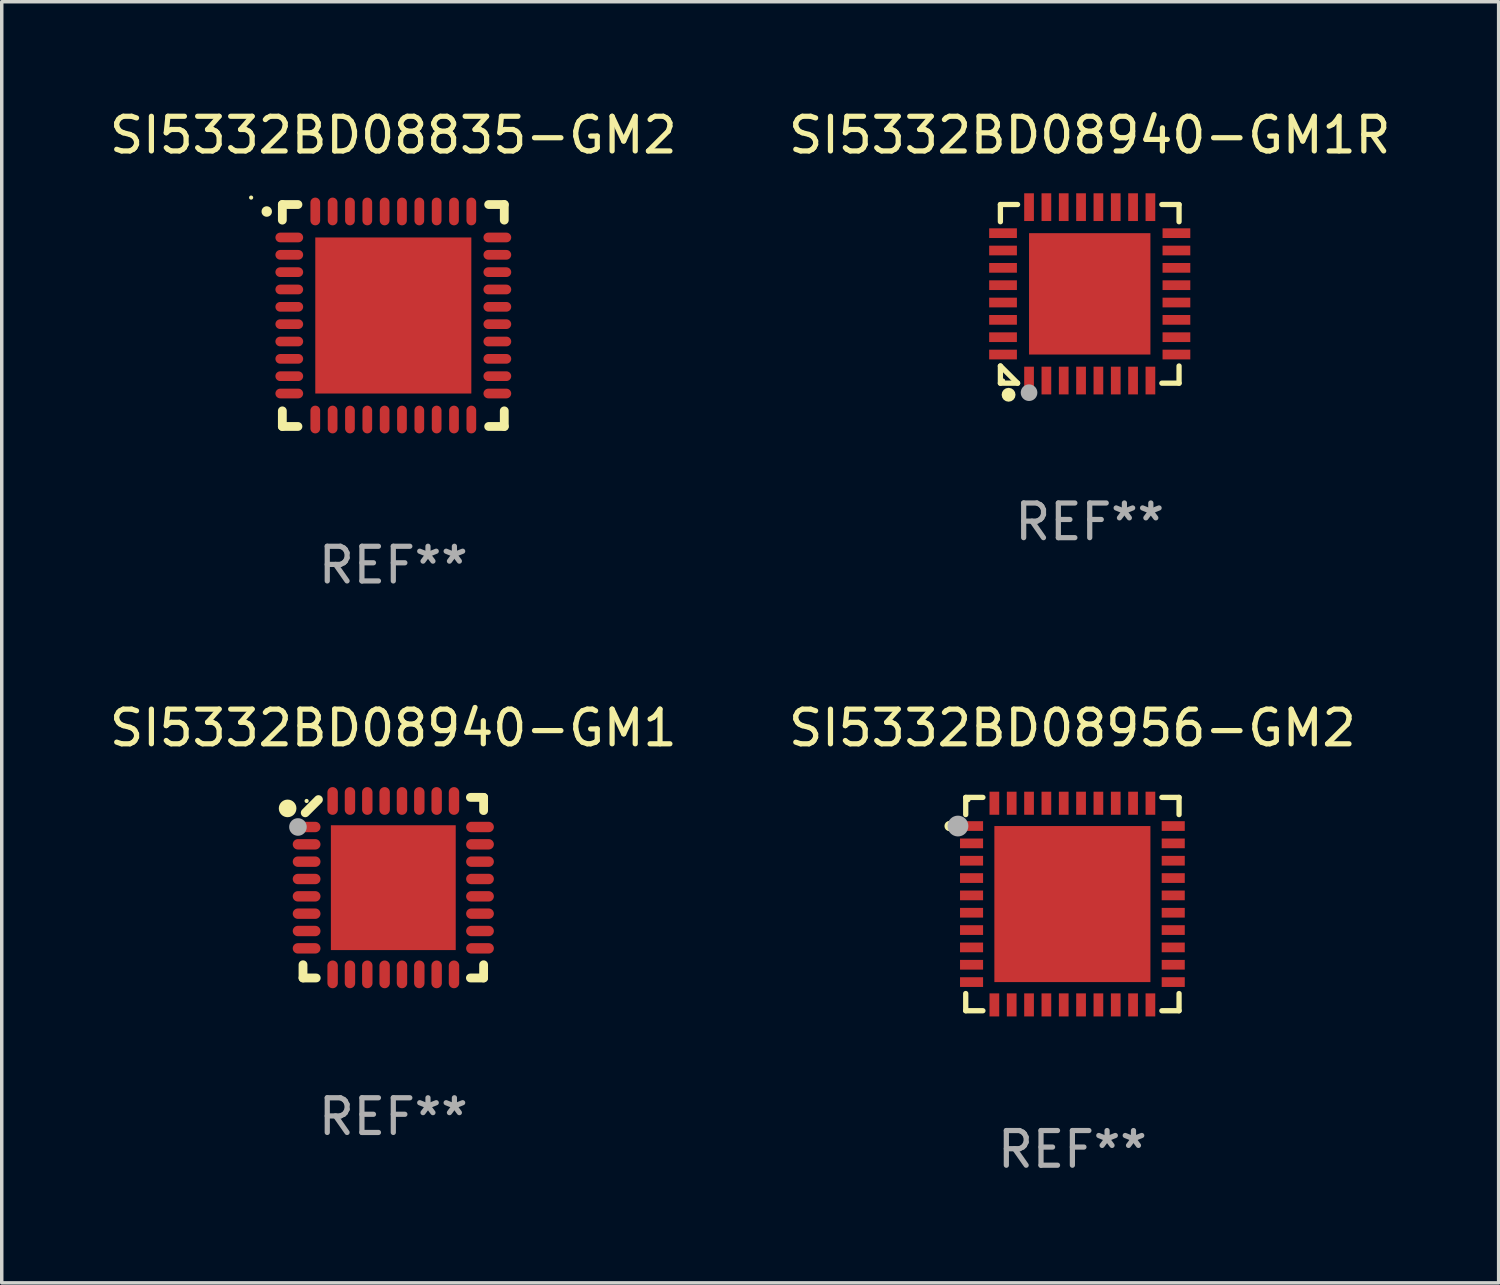
<source format=kicad_pcb>
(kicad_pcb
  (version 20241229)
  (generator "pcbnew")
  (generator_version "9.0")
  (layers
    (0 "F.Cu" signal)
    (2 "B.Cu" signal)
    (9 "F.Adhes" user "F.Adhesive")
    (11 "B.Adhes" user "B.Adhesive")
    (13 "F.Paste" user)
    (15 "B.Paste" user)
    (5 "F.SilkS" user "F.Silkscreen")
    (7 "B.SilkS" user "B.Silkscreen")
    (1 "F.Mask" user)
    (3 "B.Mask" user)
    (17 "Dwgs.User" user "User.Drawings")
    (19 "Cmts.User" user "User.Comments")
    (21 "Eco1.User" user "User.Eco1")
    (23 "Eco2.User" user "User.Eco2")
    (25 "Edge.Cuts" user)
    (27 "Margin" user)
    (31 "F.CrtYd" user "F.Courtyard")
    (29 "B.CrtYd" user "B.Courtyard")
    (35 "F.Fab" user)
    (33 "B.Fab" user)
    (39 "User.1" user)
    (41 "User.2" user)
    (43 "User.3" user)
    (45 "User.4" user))
  (footprint "SI5332BD08940-GM1"
    (layer "F.Cu")
    (at 8.292 22.548)
    (property "Reference" "SI5332BD08940-GM1" (at 0 -4.604 0) (layer "F.SilkS") (effects (font (size 1 1) (thickness 0.15))))
    (attr through_hole)
    (fp_line (start -2.604 2.223) (end -2.604 2.604) (stroke (width 0.254) (type solid)) (layer "F.SilkS"))
    (fp_line (start -2.604 2.604) (end -2.223 2.604) (stroke (width 0.254) (type solid)) (layer "F.SilkS"))
    (fp_line (start -2.159 -2.54) (end -2.54 -2.159) (stroke (width 0.254) (type solid)) (layer "F.SilkS"))
    (fp_line (start 2.223 2.604) (end 2.604 2.604) (stroke (width 0.254) (type solid)) (layer "F.SilkS"))
    (fp_line (start 2.604 -2.604) (end 2.223 -2.604) (stroke (width 0.254) (type solid)) (layer "F.SilkS"))
    (fp_line (start 2.604 -2.223) (end 2.604 -2.604) (stroke (width 0.254) (type solid)) (layer "F.SilkS"))
    (fp_line (start 2.604 2.604) (end 2.604 2.223) (stroke (width 0.254) (type solid)) (layer "F.SilkS"))
    (fp_circle (center -3.048 -2.286) (end -2.921 -2.286) (stroke (width 0.254) (type solid)) (fill no) (layer "F.SilkS"))
    (fp_circle (center -2.5 -2.5) (end -2.47 -2.5) (stroke (width 0.06) (type solid)) (fill no) (layer "F.SilkS"))
    (fp_circle (center -2.75 -1.75) (end -2.623 -1.75) (stroke (width 0.254) (type solid)) (fill no) (layer "F.Fab"))
    (fp_text user "REF**" (at 0 6.604 0) (layer "F.Fab") (effects (font (size 1 1) (thickness 0.15))))
    (pad "1" smd oval (at -2.5 -1.75) (size 0.8 0.3) (layers "F.Cu" "F.Mask" "F.Paste"))
    (pad "2" smd oval (at -2.5 -1.25) (size 0.8 0.3) (layers "F.Cu" "F.Mask" "F.Paste"))
    (pad "3" smd oval (at -2.5 -0.75) (size 0.8 0.3) (layers "F.Cu" "F.Mask" "F.Paste"))
    (pad "4" smd oval (at -2.5 -0.25) (size 0.8 0.3) (layers "F.Cu" "F.Mask" "F.Paste"))
    (pad "5" smd oval (at -2.5 0.25) (size 0.8 0.3) (layers "F.Cu" "F.Mask" "F.Paste"))
    (pad "6" smd oval (at -2.5 0.75) (size 0.8 0.3) (layers "F.Cu" "F.Mask" "F.Paste"))
    (pad "7" smd oval (at -2.5 1.25) (size 0.8 0.3) (layers "F.Cu" "F.Mask" "F.Paste"))
    (pad "8" smd oval (at -2.5 1.75) (size 0.8 0.3) (layers "F.Cu" "F.Mask" "F.Paste"))
    (pad "9" smd oval (at -1.75 2.5) (size 0.3 0.8) (layers "F.Cu" "F.Mask" "F.Paste"))
    (pad "10" smd oval (at -1.25 2.5) (size 0.3 0.8) (layers "F.Cu" "F.Mask" "F.Paste"))
    (pad "11" smd oval (at -0.75 2.5) (size 0.3 0.8) (layers "F.Cu" "F.Mask" "F.Paste"))
    (pad "12" smd oval (at -0.25 2.5) (size 0.3 0.8) (layers "F.Cu" "F.Mask" "F.Paste"))
    (pad "13" smd oval (at 0.25 2.5) (size 0.3 0.8) (layers "F.Cu" "F.Mask" "F.Paste"))
    (pad "14" smd oval (at 0.75 2.5) (size 0.3 0.8) (layers "F.Cu" "F.Mask" "F.Paste"))
    (pad "15" smd oval (at 1.25 2.5) (size 0.3 0.8) (layers "F.Cu" "F.Mask" "F.Paste"))
    (pad "16" smd oval (at 1.75 2.5) (size 0.3 0.8) (layers "F.Cu" "F.Mask" "F.Paste"))
    (pad "17" smd oval (at 2.5 1.75) (size 0.8 0.3) (layers "F.Cu" "F.Mask" "F.Paste"))
    (pad "18" smd oval (at 2.5 1.25) (size 0.8 0.3) (layers "F.Cu" "F.Mask" "F.Paste"))
    (pad "19" smd oval (at 2.5 0.75) (size 0.8 0.3) (layers "F.Cu" "F.Mask" "F.Paste"))
    (pad "20" smd oval (at 2.5 0.25) (size 0.8 0.3) (layers "F.Cu" "F.Mask" "F.Paste"))
    (pad "21" smd oval (at 2.5 -0.25) (size 0.8 0.3) (layers "F.Cu" "F.Mask" "F.Paste"))
    (pad "22" smd oval (at 2.5 -0.75) (size 0.8 0.3) (layers "F.Cu" "F.Mask" "F.Paste"))
    (pad "23" smd oval (at 2.5 -1.25) (size 0.8 0.3) (layers "F.Cu" "F.Mask" "F.Paste"))
    (pad "24" smd oval (at 2.5 -1.75) (size 0.8 0.3) (layers "F.Cu" "F.Mask" "F.Paste"))
    (pad "25" smd oval (at 1.75 -2.5) (size 0.3 0.8) (layers "F.Cu" "F.Mask" "F.Paste"))
    (pad "26" smd oval (at 1.25 -2.5) (size 0.3 0.8) (layers "F.Cu" "F.Mask" "F.Paste"))
    (pad "27" smd oval (at 0.75 -2.5) (size 0.3 0.8) (layers "F.Cu" "F.Mask" "F.Paste"))
    (pad "28" smd oval (at 0.25 -2.5) (size 0.3 0.8) (layers "F.Cu" "F.Mask" "F.Paste"))
    (pad "29" smd oval (at -0.25 -2.5) (size 0.3 0.8) (layers "F.Cu" "F.Mask" "F.Paste"))
    (pad "30" smd oval (at -0.75 -2.5) (size 0.3 0.8) (layers "F.Cu" "F.Mask" "F.Paste"))
    (pad "31" smd oval (at -1.25 -2.5) (size 0.3 0.8) (layers "F.Cu" "F.Mask" "F.Paste"))
    (pad "32" smd oval (at -1.75 -2.5) (size 0.3 0.8) (layers "F.Cu" "F.Mask" "F.Paste"))
    (pad "33" smd rect (at -0.000076 0) (size 3.6 3.6) (layers "F.Cu" "F.Mask" "F.Paste")))
  (footprint "SI5332BD08940-GM1R"
    (layer "F.Cu")
    (at 28.375 5.424)
    (property "Reference" "SI5332BD08940-GM1R" (at 0 -4.576 0) (layer "F.SilkS") (effects (font (size 1 1) (thickness 0.15))))
    (attr through_hole)
    (fp_line (start -2.576 -2.576) (end -2.08 -2.576) (stroke (width 0.152) (type solid)) (layer "F.SilkS"))
    (fp_line (start -2.576 -2.08) (end -2.576 -2.576) (stroke (width 0.152) (type solid)) (layer "F.SilkS"))
    (fp_line (start -2.576 2.08) (end -2.576 2.576) (stroke (width 0.152) (type solid)) (layer "F.SilkS"))
    (fp_line (start -2.576 2.08) (end -2.08 2.576) (stroke (width 0.152) (type solid)) (layer "F.SilkS"))
    (fp_line (start -2.576 2.576) (end -2.08 2.576) (stroke (width 0.152) (type solid)) (layer "F.SilkS"))
    (fp_line (start 2.576 -2.576) (end 2.08 -2.576) (stroke (width 0.152) (type solid)) (layer "F.SilkS"))
    (fp_line (start 2.576 -2.08) (end 2.576 -2.576) (stroke (width 0.152) (type solid)) (layer "F.SilkS"))
    (fp_line (start 2.576 2.08) (end 2.576 2.576) (stroke (width 0.152) (type solid)) (layer "F.SilkS"))
    (fp_line (start 2.576 2.576) (end 2.08 2.576) (stroke (width 0.152) (type solid)) (layer "F.SilkS"))
    (fp_circle (center -2.5 2.5) (end -2.47 2.5) (stroke (width 0.06) (type solid)) (fill no) (layer "F.SilkS"))
    (fp_circle (center -2.34 2.91) (end -2.24 2.91) (stroke (width 0.2) (type solid)) (fill no) (layer "F.SilkS"))
    (fp_circle (center -1.75 2.85) (end -1.63 2.85) (stroke (width 0.24) (type solid)) (fill no) (layer "F.Fab"))
    (fp_text user "REF**" (at 0 6.576 0) (layer "F.Fab") (effects (font (size 1 1) (thickness 0.15))))
    (pad "1" smd rect (at -1.75 2.5) (size 0.28 0.8) (layers "F.Cu" "F.Mask" "F.Paste"))
    (pad "2" smd rect (at -1.25 2.5) (size 0.28 0.8) (layers "F.Cu" "F.Mask" "F.Paste"))
    (pad "3" smd rect (at -0.75 2.5) (size 0.28 0.8) (layers "F.Cu" "F.Mask" "F.Paste"))
    (pad "4" smd rect (at -0.25 2.5) (size 0.28 0.8) (layers "F.Cu" "F.Mask" "F.Paste"))
    (pad "5" smd rect (at 0.25 2.5) (size 0.28 0.8) (layers "F.Cu" "F.Mask" "F.Paste"))
    (pad "6" smd rect (at 0.75 2.5) (size 0.28 0.8) (layers "F.Cu" "F.Mask" "F.Paste"))
    (pad "7" smd rect (at 1.25 2.5) (size 0.28 0.8) (layers "F.Cu" "F.Mask" "F.Paste"))
    (pad "8" smd rect (at 1.75 2.5) (size 0.28 0.8) (layers "F.Cu" "F.Mask" "F.Paste"))
    (pad "9" smd rect (at 2.5 1.75) (size 0.8 0.28) (layers "F.Cu" "F.Mask" "F.Paste"))
    (pad "10" smd rect (at 2.5 1.25) (size 0.8 0.28) (layers "F.Cu" "F.Mask" "F.Paste"))
    (pad "11" smd rect (at 2.5 0.75) (size 0.8 0.28) (layers "F.Cu" "F.Mask" "F.Paste"))
    (pad "12" smd rect (at 2.5 0.25) (size 0.8 0.28) (layers "F.Cu" "F.Mask" "F.Paste"))
    (pad "13" smd rect (at 2.5 -0.25) (size 0.8 0.28) (layers "F.Cu" "F.Mask" "F.Paste"))
    (pad "14" smd rect (at 2.5 -0.75) (size 0.8 0.28) (layers "F.Cu" "F.Mask" "F.Paste"))
    (pad "15" smd rect (at 2.5 -1.25) (size 0.8 0.28) (layers "F.Cu" "F.Mask" "F.Paste"))
    (pad "16" smd rect (at 2.5 -1.75) (size 0.8 0.28) (layers "F.Cu" "F.Mask" "F.Paste"))
    (pad "17" smd rect (at 1.75 -2.5) (size 0.28 0.8) (layers "F.Cu" "F.Mask" "F.Paste"))
    (pad "18" smd rect (at 1.25 -2.5) (size 0.28 0.8) (layers "F.Cu" "F.Mask" "F.Paste"))
    (pad "19" smd rect (at 0.75 -2.5) (size 0.28 0.8) (layers "F.Cu" "F.Mask" "F.Paste"))
    (pad "20" smd rect (at 0.25 -2.5) (size 0.28 0.8) (layers "F.Cu" "F.Mask" "F.Paste"))
    (pad "21" smd rect (at -0.25 -2.5) (size 0.28 0.8) (layers "F.Cu" "F.Mask" "F.Paste"))
    (pad "22" smd rect (at -0.75 -2.5) (size 0.28 0.8) (layers "F.Cu" "F.Mask" "F.Paste"))
    (pad "23" smd rect (at -1.25 -2.5) (size 0.28 0.8) (layers "F.Cu" "F.Mask" "F.Paste"))
    (pad "24" smd rect (at -1.75 -2.5) (size 0.28 0.8) (layers "F.Cu" "F.Mask" "F.Paste"))
    (pad "25" smd rect (at -2.5 -1.75) (size 0.8 0.28) (layers "F.Cu" "F.Mask" "F.Paste"))
    (pad "26" smd rect (at -2.5 -1.25) (size 0.8 0.28) (layers "F.Cu" "F.Mask" "F.Paste"))
    (pad "27" smd rect (at -2.5 -0.75) (size 0.8 0.28) (layers "F.Cu" "F.Mask" "F.Paste"))
    (pad "28" smd rect (at -2.5 -0.25) (size 0.8 0.28) (layers "F.Cu" "F.Mask" "F.Paste"))
    (pad "29" smd rect (at -2.5 0.25) (size 0.8 0.28) (layers "F.Cu" "F.Mask" "F.Paste"))
    (pad "30" smd rect (at -2.5 0.75) (size 0.8 0.28) (layers "F.Cu" "F.Mask" "F.Paste"))
    (pad "31" smd rect (at -2.5 1.25) (size 0.8 0.28) (layers "F.Cu" "F.Mask" "F.Paste"))
    (pad "32" smd rect (at -2.5 1.75) (size 0.8 0.28) (layers "F.Cu" "F.Mask" "F.Paste"))
    (pad "33" smd rect (at 0 0) (size 3.5 3.5) (layers "F.Cu" "F.Mask" "F.Paste")))
  (footprint "SI5332BD08835-GM2"
    (layer "F.Cu")
    (at 8.292 6.048)
    (property "Reference" "SI5332BD08835-GM2" (at 0 -5.2 0) (layer "F.SilkS") (effects (font (size 1 1) (thickness 0.15))))
    (attr through_hole)
    (fp_line (start -3.2 -3.2) (end -2.75 -3.2) (stroke (width 0.254) (type solid)) (layer "F.SilkS"))
    (fp_line (start -3.2 -2.75) (end -3.2 -3.2) (stroke (width 0.254) (type solid)) (layer "F.SilkS"))
    (fp_line (start -3.2 3.2) (end -3.2 2.75) (stroke (width 0.254) (type solid)) (layer "F.SilkS"))
    (fp_line (start -2.75 3.2) (end -3.2 3.2) (stroke (width 0.254) (type solid)) (layer "F.SilkS"))
    (fp_line (start 2.75 3.2) (end 3.2 3.2) (stroke (width 0.254) (type solid)) (layer "F.SilkS"))
    (fp_line (start 3.2 -3.2) (end 2.75 -3.2) (stroke (width 0.254) (type solid)) (layer "F.SilkS"))
    (fp_line (start 3.2 -2.75) (end 3.2 -3.2) (stroke (width 0.254) (type solid)) (layer "F.SilkS"))
    (fp_line (start 3.2 3.2) (end 3.2 2.75) (stroke (width 0.254) (type solid)) (layer "F.SilkS"))
    (fp_arc (start -3.649987 -2.997206) (mid -3.649992 -2.998476) (end -3.649987 -2.999746) (stroke (width 0.3) (type solid)) (layer "F.SilkS"))
    (fp_circle (center -4.1 -3.4) (end -4.07 -3.4) (stroke (width 0.06) (type solid)) (fill no) (layer "F.SilkS"))
    (fp_text user "REF**" (at 0 7.2 0) (layer "F.Fab") (effects (font (size 1 1) (thickness 0.15))))
    (pad "1" smd oval (at -3 -2.25 90) (size 0.28 0.8) (layers "F.Cu" "F.Mask" "F.Paste"))
    (pad "2" smd oval (at -3 -1.75 90) (size 0.28 0.8) (layers "F.Cu" "F.Mask" "F.Paste"))
    (pad "3" smd oval (at -3 -1.25 90) (size 0.28 0.8) (layers "F.Cu" "F.Mask" "F.Paste"))
    (pad "4" smd oval (at -3 -0.75 90) (size 0.28 0.8) (layers "F.Cu" "F.Mask" "F.Paste"))
    (pad "5" smd oval (at -3 -0.25 90) (size 0.28 0.8) (layers "F.Cu" "F.Mask" "F.Paste"))
    (pad "6" smd oval (at -3 0.25 90) (size 0.28 0.8) (layers "F.Cu" "F.Mask" "F.Paste"))
    (pad "7" smd oval (at -3 0.75 90) (size 0.28 0.8) (layers "F.Cu" "F.Mask" "F.Paste"))
    (pad "8" smd oval (at -3 1.25 90) (size 0.28 0.8) (layers "F.Cu" "F.Mask" "F.Paste"))
    (pad "9" smd oval (at -3 1.75 90) (size 0.28 0.8) (layers "F.Cu" "F.Mask" "F.Paste"))
    (pad "10" smd oval (at -3 2.25 90) (size 0.28 0.8) (layers "F.Cu" "F.Mask" "F.Paste"))
    (pad "11" smd oval (at -2.25 3) (size 0.28 0.8) (layers "F.Cu" "F.Mask" "F.Paste"))
    (pad "12" smd oval (at -1.75 3) (size 0.28 0.8) (layers "F.Cu" "F.Mask" "F.Paste"))
    (pad "13" smd oval (at -1.25 3) (size 0.28 0.8) (layers "F.Cu" "F.Mask" "F.Paste"))
    (pad "14" smd oval (at -0.75 3) (size 0.28 0.8) (layers "F.Cu" "F.Mask" "F.Paste"))
    (pad "15" smd oval (at -0.25 3) (size 0.28 0.8) (layers "F.Cu" "F.Mask" "F.Paste"))
    (pad "16" smd oval (at 0.25 3) (size 0.28 0.8) (layers "F.Cu" "F.Mask" "F.Paste"))
    (pad "17" smd oval (at 0.75 3) (size 0.28 0.8) (layers "F.Cu" "F.Mask" "F.Paste"))
    (pad "18" smd oval (at 1.25 3) (size 0.28 0.8) (layers "F.Cu" "F.Mask" "F.Paste"))
    (pad "19" smd oval (at 1.75 3) (size 0.28 0.8) (layers "F.Cu" "F.Mask" "F.Paste"))
    (pad "20" smd oval (at 2.25 3) (size 0.28 0.8) (layers "F.Cu" "F.Mask" "F.Paste"))
    (pad "21" smd oval (at 3 2.25 90) (size 0.28 0.8) (layers "F.Cu" "F.Mask" "F.Paste"))
    (pad "22" smd oval (at 3 1.75 90) (size 0.28 0.8) (layers "F.Cu" "F.Mask" "F.Paste"))
    (pad "23" smd oval (at 3 1.25 90) (size 0.28 0.8) (layers "F.Cu" "F.Mask" "F.Paste"))
    (pad "24" smd oval (at 3 0.75 90) (size 0.28 0.8) (layers "F.Cu" "F.Mask" "F.Paste"))
    (pad "25" smd oval (at 3 0.25 90) (size 0.28 0.8) (layers "F.Cu" "F.Mask" "F.Paste"))
    (pad "26" smd oval (at 3 -0.25 90) (size 0.28 0.8) (layers "F.Cu" "F.Mask" "F.Paste"))
    (pad "27" smd oval (at 3 -0.75 90) (size 0.28 0.8) (layers "F.Cu" "F.Mask" "F.Paste"))
    (pad "28" smd oval (at 3 -1.25 90) (size 0.28 0.8) (layers "F.Cu" "F.Mask" "F.Paste"))
    (pad "29" smd oval (at 3 -1.75 90) (size 0.28 0.8) (layers "F.Cu" "F.Mask" "F.Paste"))
    (pad "30" smd oval (at 3 -2.25 90) (size 0.28 0.8) (layers "F.Cu" "F.Mask" "F.Paste"))
    (pad "31" smd oval (at 2.25 -3) (size 0.28 0.8) (layers "F.Cu" "F.Mask" "F.Paste"))
    (pad "32" smd oval (at 1.75 -3) (size 0.28 0.8) (layers "F.Cu" "F.Mask" "F.Paste"))
    (pad "33" smd oval (at 1.25 -3) (size 0.28 0.8) (layers "F.Cu" "F.Mask" "F.Paste"))
    (pad "34" smd oval (at 0.75 -3) (size 0.28 0.8) (layers "F.Cu" "F.Mask" "F.Paste"))
    (pad "35" smd oval (at 0.25 -3) (size 0.28 0.8) (layers "F.Cu" "F.Mask" "F.Paste"))
    (pad "36" smd oval (at -0.25 -3) (size 0.28 0.8) (layers "F.Cu" "F.Mask" "F.Paste"))
    (pad "37" smd oval (at -0.75 -3) (size 0.28 0.8) (layers "F.Cu" "F.Mask" "F.Paste"))
    (pad "38" smd oval (at -1.25 -3) (size 0.28 0.8) (layers "F.Cu" "F.Mask" "F.Paste"))
    (pad "39" smd oval (at -1.75 -3) (size 0.28 0.8) (layers "F.Cu" "F.Mask" "F.Paste"))
    (pad "40" smd oval (at -2.25 -3) (size 0.28 0.8) (layers "F.Cu" "F.Mask" "F.Paste"))
    (pad "41" smd rect (at 0 0) (size 4.5 4.5) (layers "F.Cu" "F.Mask" "F.Paste")))
  (footprint "SI5332BD08956-GM2"
    (layer "F.Cu")
    (at 27.875 23.021)
    (property "Reference" "SI5332BD08956-GM2" (at 0 -5.076 0) (layer "F.SilkS") (effects (font (size 1 1) (thickness 0.15))))
    (attr through_hole)
    (fp_line (start -3.076 -3.076) (end -3.076 -2.58) (stroke (width 0.152) (type solid)) (layer "F.SilkS"))
    (fp_line (start -3.076 3.076) (end -3.076 2.58) (stroke (width 0.152) (type solid)) (layer "F.SilkS"))
    (fp_line (start -2.58 -3.076) (end -3.076 -3.076) (stroke (width 0.152) (type solid)) (layer "F.SilkS"))
    (fp_line (start -2.58 3.076) (end -3.076 3.076) (stroke (width 0.152) (type solid)) (layer "F.SilkS"))
    (fp_line (start 2.58 -3.076) (end 3.076 -3.076) (stroke (width 0.152) (type solid)) (layer "F.SilkS"))
    (fp_line (start 2.58 3.076) (end 3.076 3.076) (stroke (width 0.152) (type solid)) (layer "F.SilkS"))
    (fp_line (start 3.076 -3.076) (end 3.076 -2.58) (stroke (width 0.152) (type solid)) (layer "F.SilkS"))
    (fp_line (start 3.076 3.076) (end 3.076 2.58) (stroke (width 0.152) (type solid)) (layer "F.SilkS"))
    (fp_circle (center -3.54 -2.25) (end -3.465 -2.25) (stroke (width 0.15) (type solid)) (fill no) (layer "F.SilkS"))
    (fp_circle (center -3 -3) (end -2.97 -3) (stroke (width 0.06) (type solid)) (fill no) (layer "F.SilkS"))
    (fp_circle (center -3.3 -2.25) (end -3.15 -2.25) (stroke (width 0.3) (type solid)) (fill no) (layer "F.Fab"))
    (fp_text user "REF**" (at 0 7.076 0) (layer "F.Fab") (effects (font (size 1 1) (thickness 0.15))))
    (pad "1" smd rect (at -2.908 -2.25) (size 0.665 0.28) (layers "F.Cu" "F.Mask" "F.Paste"))
    (pad "2" smd rect (at -2.908 -1.75) (size 0.665 0.28) (layers "F.Cu" "F.Mask" "F.Paste"))
    (pad "3" smd rect (at -2.908 -1.25) (size 0.665 0.28) (layers "F.Cu" "F.Mask" "F.Paste"))
    (pad "4" smd rect (at -2.908 -0.75) (size 0.665 0.28) (layers "F.Cu" "F.Mask" "F.Paste"))
    (pad "5" smd rect (at -2.908 -0.25) (size 0.665 0.28) (layers "F.Cu" "F.Mask" "F.Paste"))
    (pad "6" smd rect (at -2.908 0.25) (size 0.665 0.28) (layers "F.Cu" "F.Mask" "F.Paste"))
    (pad "7" smd rect (at -2.908 0.75) (size 0.665 0.28) (layers "F.Cu" "F.Mask" "F.Paste"))
    (pad "8" smd rect (at -2.908 1.25) (size 0.665 0.28) (layers "F.Cu" "F.Mask" "F.Paste"))
    (pad "9" smd rect (at -2.908 1.75) (size 0.665 0.28) (layers "F.Cu" "F.Mask" "F.Paste"))
    (pad "10" smd rect (at -2.908 2.25) (size 0.665 0.28) (layers "F.Cu" "F.Mask" "F.Paste"))
    (pad "11" smd rect (at -2.25 2.908) (size 0.28 0.665) (layers "F.Cu" "F.Mask" "F.Paste"))
    (pad "12" smd rect (at -1.75 2.908) (size 0.28 0.665) (layers "F.Cu" "F.Mask" "F.Paste"))
    (pad "13" smd rect (at -1.25 2.908) (size 0.28 0.665) (layers "F.Cu" "F.Mask" "F.Paste"))
    (pad "14" smd rect (at -0.75 2.908) (size 0.28 0.665) (layers "F.Cu" "F.Mask" "F.Paste"))
    (pad "15" smd rect (at -0.25 2.908) (size 0.28 0.665) (layers "F.Cu" "F.Mask" "F.Paste"))
    (pad "16" smd rect (at 0.25 2.908) (size 0.28 0.665) (layers "F.Cu" "F.Mask" "F.Paste"))
    (pad "17" smd rect (at 0.75 2.908) (size 0.28 0.665) (layers "F.Cu" "F.Mask" "F.Paste"))
    (pad "18" smd rect (at 1.25 2.908) (size 0.28 0.665) (layers "F.Cu" "F.Mask" "F.Paste"))
    (pad "19" smd rect (at 1.75 2.908) (size 0.28 0.665) (layers "F.Cu" "F.Mask" "F.Paste"))
    (pad "20" smd rect (at 2.25 2.908) (size 0.28 0.665) (layers "F.Cu" "F.Mask" "F.Paste"))
    (pad "21" smd rect (at 2.908 2.25) (size 0.665 0.28) (layers "F.Cu" "F.Mask" "F.Paste"))
    (pad "22" smd rect (at 2.908 1.75) (size 0.665 0.28) (layers "F.Cu" "F.Mask" "F.Paste"))
    (pad "23" smd rect (at 2.908 1.25) (size 0.665 0.28) (layers "F.Cu" "F.Mask" "F.Paste"))
    (pad "24" smd rect (at 2.908 0.75) (size 0.665 0.28) (layers "F.Cu" "F.Mask" "F.Paste"))
    (pad "25" smd rect (at 2.908 0.25) (size 0.665 0.28) (layers "F.Cu" "F.Mask" "F.Paste"))
    (pad "26" smd rect (at 2.908 -0.25) (size 0.665 0.28) (layers "F.Cu" "F.Mask" "F.Paste"))
    (pad "27" smd rect (at 2.908 -0.75) (size 0.665 0.28) (layers "F.Cu" "F.Mask" "F.Paste"))
    (pad "28" smd rect (at 2.908 -1.25) (size 0.665 0.28) (layers "F.Cu" "F.Mask" "F.Paste"))
    (pad "29" smd rect (at 2.908 -1.75) (size 0.665 0.28) (layers "F.Cu" "F.Mask" "F.Paste"))
    (pad "30" smd rect (at 2.908 -2.25) (size 0.665 0.28) (layers "F.Cu" "F.Mask" "F.Paste"))
    (pad "31" smd rect (at 2.25 -2.908) (size 0.28 0.665) (layers "F.Cu" "F.Mask" "F.Paste"))
    (pad "32" smd rect (at 1.75 -2.908) (size 0.28 0.665) (layers "F.Cu" "F.Mask" "F.Paste"))
    (pad "33" smd rect (at 1.25 -2.908) (size 0.28 0.665) (layers "F.Cu" "F.Mask" "F.Paste"))
    (pad "34" smd rect (at 0.75 -2.908) (size 0.28 0.665) (layers "F.Cu" "F.Mask" "F.Paste"))
    (pad "35" smd rect (at 0.25 -2.908) (size 0.28 0.665) (layers "F.Cu" "F.Mask" "F.Paste"))
    (pad "36" smd rect (at -0.25 -2.908) (size 0.28 0.665) (layers "F.Cu" "F.Mask" "F.Paste"))
    (pad "37" smd rect (at -0.75 -2.908) (size 0.28 0.665) (layers "F.Cu" "F.Mask" "F.Paste"))
    (pad "38" smd rect (at -1.25 -2.908) (size 0.28 0.665) (layers "F.Cu" "F.Mask" "F.Paste"))
    (pad "39" smd rect (at -1.75 -2.908) (size 0.28 0.665) (layers "F.Cu" "F.Mask" "F.Paste"))
    (pad "40" smd rect (at -2.25 -2.908) (size 0.28 0.665) (layers "F.Cu" "F.Mask" "F.Paste"))
    (pad "41" smd rect (at 0 0) (size 4.5 4.5) (layers "F.Cu" "F.Mask" "F.Paste")))
  (gr_rect
    (start -3 -3)
    (end 40.167 33.945)
    (stroke (width 0.1) (type default))
    (fill no)
    (layer "Edge.Cuts")))
</source>
